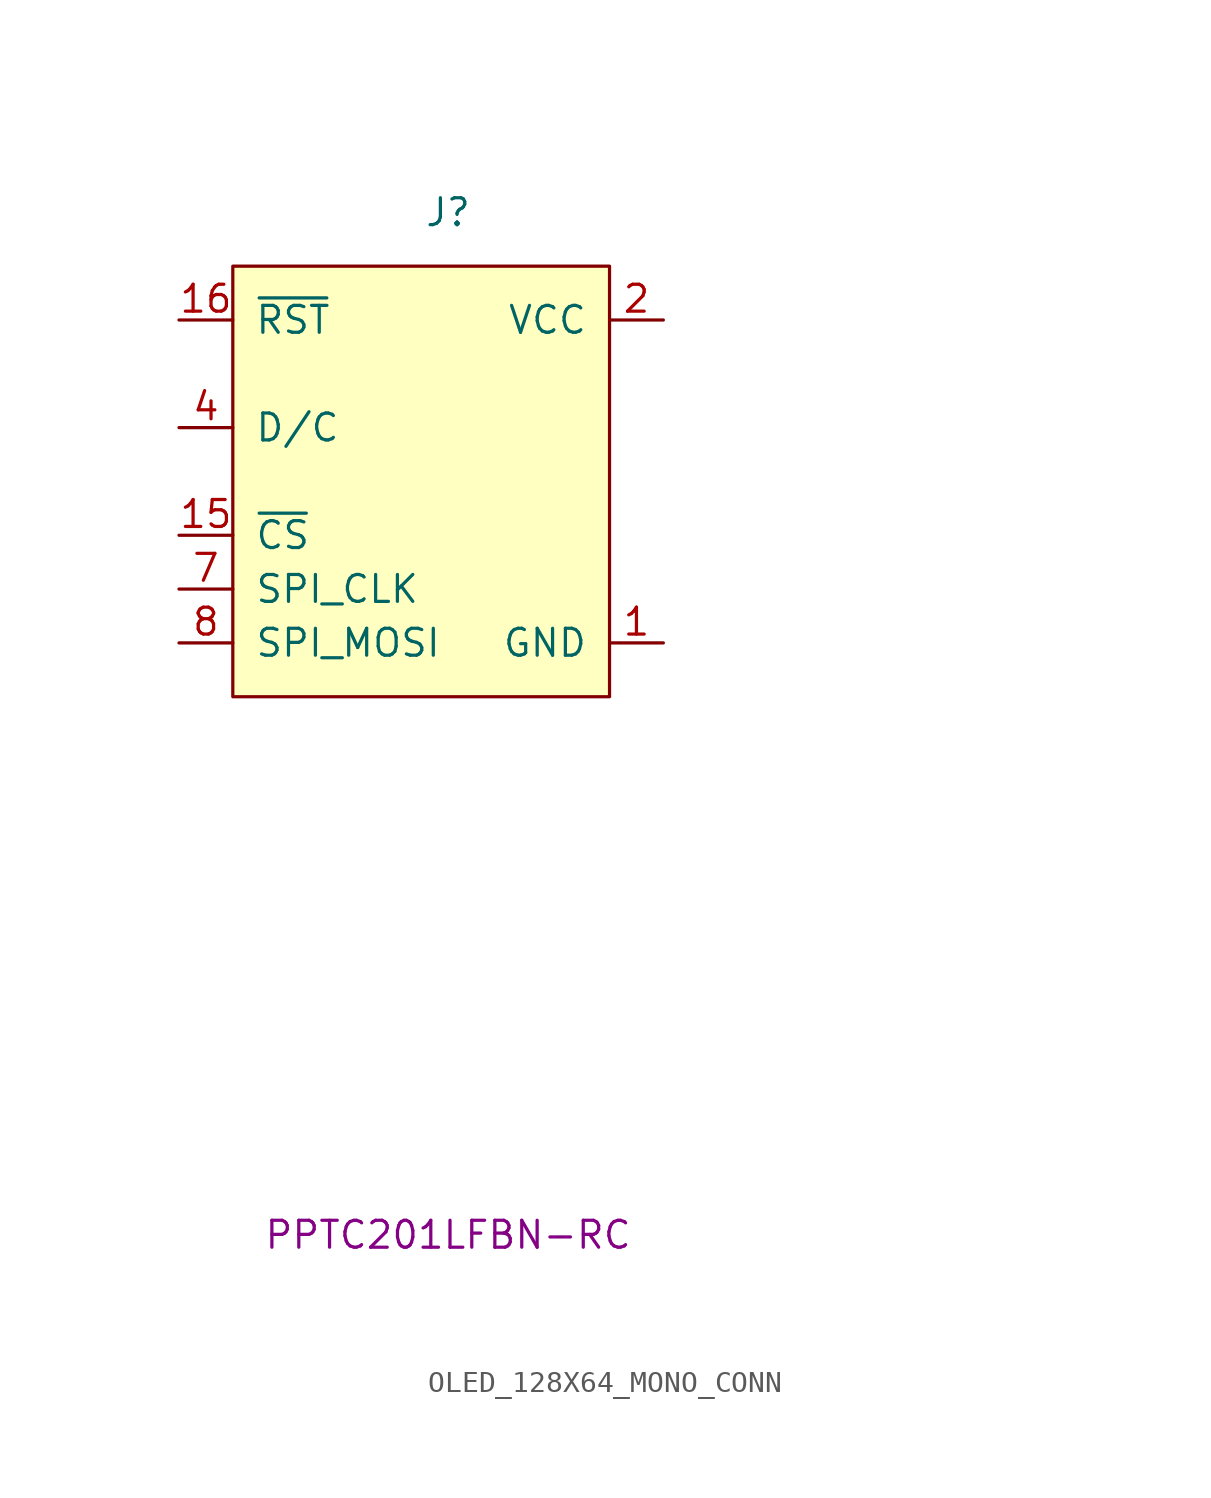
<source format=kicad_sym>
(kicad_symbol_lib
  (version 20211014)
  (generator kicad_symbol_editor)
  (symbol "OLED_128X64_MONO_CONN"
    (pin_names
      (offset 1.016))
    (property "Reference" "J"
      (at 0 12.7 0)
      (effects (font (size 1.27 1.27))))
    (property "Manufacturer Part Number" "PPTC201LFBN-RC"
      (at 0 -35.56 0)
      (effects (font (size 1.27 1.27))))
    (symbol "OLED_128X64_MONO_CONN_0_1"
      (rectangle (start -10.16 10.16) (end 7.62 -10.16) (stroke (width 0) (type default) (color 0 0 0 0)) (fill (type background))))
    (symbol "OLED_128X64_MONO_CONN_1_1"
      (pin power_in line (at 10.16 -7.62 180) (length 2.54) (name "GND" (effects (font (size 1.27 1.27)))) (number "1" (effects (font (size 1.27 1.27)))))
      (pin no_connect line (at 27.94 -15.24 180) (length 3.81) hide (name "~" (effects (font (size 1.27 1.27)))) (number "10" (effects (font (size 1.27 1.27)))))
      (pin no_connect line (at 27.94 -17.78 180) (length 3.81) hide (name "~" (effects (font (size 1.27 1.27)))) (number "11" (effects (font (size 1.27 1.27)))))
      (pin no_connect line (at 27.94 -20.32 180) (length 3.81) hide (name "~" (effects (font (size 1.27 1.27)))) (number "12" (effects (font (size 1.27 1.27)))))
      (pin no_connect line (at 27.94 -22.86 180) (length 3.81) hide (name "~" (effects (font (size 1.27 1.27)))) (number "13" (effects (font (size 1.27 1.27)))))
      (pin no_connect line (at 27.94 -25.4 180) (length 3.81) hide (name "~" (effects (font (size 1.27 1.27)))) (number "14" (effects (font (size 1.27 1.27)))))
      (pin input line (at -12.7 -2.54 0) (length 2.54) (name "~{CS}" (effects (font (size 1.27 1.27)))) (number "15" (effects (font (size 1.27 1.27)))))
      (pin input line (at -12.7 7.62 0) (length 2.54) (name "~{RST}" (effects (font (size 1.27 1.27)))) (number "16" (effects (font (size 1.27 1.27)))))
      (pin no_connect line (at 27.94 -27.94 180) (length 3.81) hide (name "~" (effects (font (size 1.27 1.27)))) (number "17" (effects (font (size 1.27 1.27)))))
      (pin no_connect line (at 27.94 -30.48 180) (length 3.81) hide (name "~" (effects (font (size 1.27 1.27)))) (number "18" (effects (font (size 1.27 1.27)))))
      (pin no_connect line (at 27.94 -33.02 180) (length 3.81) hide (name "~" (effects (font (size 1.27 1.27)))) (number "19" (effects (font (size 1.27 1.27)))))
      (pin power_in line (at 10.16 7.62 180) (length 2.54) (name "VCC" (effects (font (size 1.27 1.27)))) (number "2" (effects (font (size 1.27 1.27)))))
      (pin power_in line (at 10.16 -7.62 180) (length 2.54) hide (name "GND" (effects (font (size 1.27 1.27)))) (number "20" (effects (font (size 1.27 1.27)))))
      (pin no_connect line (at 27.94 -5.08 180) (length 3.81) hide (name "~" (effects (font (size 1.27 1.27)))) (number "3" (effects (font (size 1.27 1.27)))))
      (pin input line (at -12.7 2.54 0) (length 2.54) (name "D/C" (effects (font (size 1.27 1.27)))) (number "4" (effects (font (size 1.27 1.27)))))
      (pin no_connect line (at 27.94 -7.62 180) (length 3.81) hide (name "~" (effects (font (size 1.27 1.27)))) (number "5" (effects (font (size 1.27 1.27)))))
      (pin no_connect line (at 27.94 -10.16 180) (length 3.81) hide (name "~" (effects (font (size 1.27 1.27)))) (number "6" (effects (font (size 1.27 1.27)))))
      (pin input line (at -12.7 -5.08 0) (length 2.54) (name "SPI_CLK" (effects (font (size 1.27 1.27)))) (number "7" (effects (font (size 1.27 1.27)))))
      (pin input line (at -12.7 -7.62 0) (length 2.54) (name "SPI_MOSI" (effects (font (size 1.27 1.27)))) (number "8" (effects (font (size 1.27 1.27)))))
      (pin no_connect line (at 27.94 -12.7 180) (length 3.81) hide (name "~" (effects (font (size 1.27 1.27)))) (number "9" (effects (font (size 1.27 1.27))))))))
</source>
